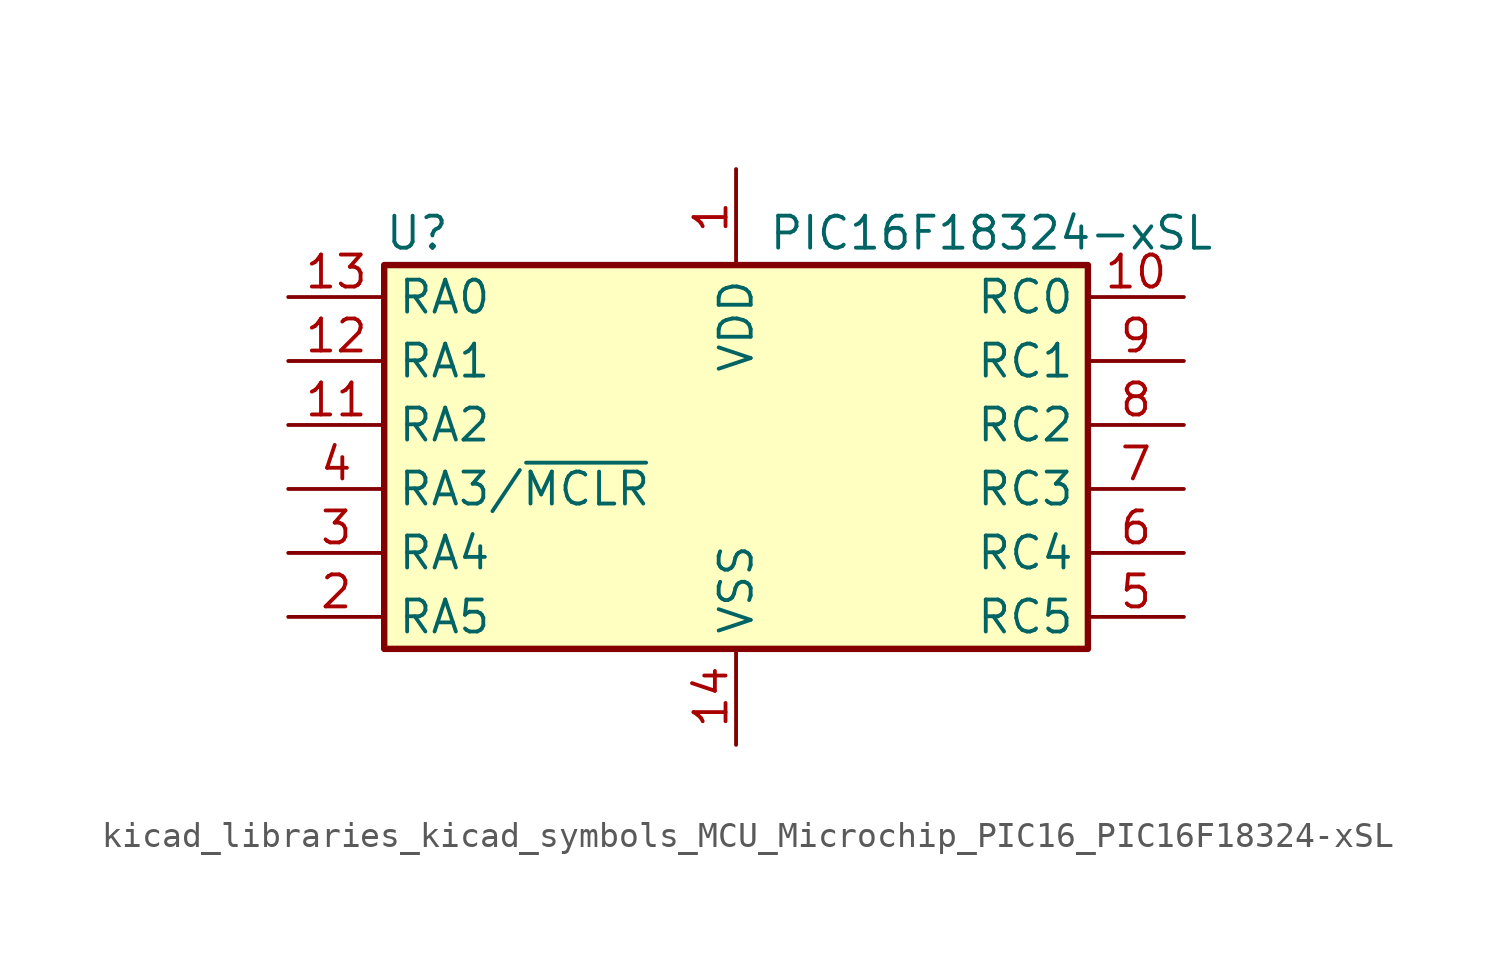
<source format=kicad_sym>
(kicad_symbol_lib
  (version 20220914)
  (generator kicad_symbol_editor)
  (symbol "kicad_libraries_kicad_symbols_MCU_Microchip_PIC16_PIC16F18324-xSL"
    (property "Reference" "U"
      (at -13.97 10.16 0)
      (effects (font (size 1.27 1.27)) (justify left)))
    (property "Value" "PIC16F18324-xSL"
      (at 1.27 10.16 0)
      (effects (font (size 1.27 1.27)) (justify left)))
    (symbol "kicad_libraries_kicad_symbols_MCU_Microchip_PIC16_PIC16F18324-xSL_1_1"
      (rectangle (start -13.97 8.89) (end 13.97 -6.35) (stroke (width 0.254) (type default)) (fill (type background)))
      (pin power_in line (at 0 12.7 270) (length 3.81) (name "VDD" (effects (font (size 1.27 1.27)))) (number "1" (effects (font (size 1.27 1.27)))))
      (pin bidirectional line (at 17.78 7.62 180) (length 3.81) (name "RC0" (effects (font (size 1.27 1.27)))) (number "10" (effects (font (size 1.27 1.27)))))
      (pin bidirectional line (at -17.78 2.54 0) (length 3.81) (name "RA2" (effects (font (size 1.27 1.27)))) (number "11" (effects (font (size 1.27 1.27)))))
      (pin bidirectional line (at -17.78 5.08 0) (length 3.81) (name "RA1" (effects (font (size 1.27 1.27)))) (number "12" (effects (font (size 1.27 1.27)))))
      (pin bidirectional line (at -17.78 7.62 0) (length 3.81) (name "RA0" (effects (font (size 1.27 1.27)))) (number "13" (effects (font (size 1.27 1.27)))))
      (pin power_in line (at 0 -10.16 90) (length 3.81) (name "VSS" (effects (font (size 1.27 1.27)))) (number "14" (effects (font (size 1.27 1.27)))))
      (pin bidirectional line (at -17.78 -5.08 0) (length 3.81) (name "RA5" (effects (font (size 1.27 1.27)))) (number "2" (effects (font (size 1.27 1.27)))))
      (pin bidirectional line (at -17.78 -2.54 0) (length 3.81) (name "RA4" (effects (font (size 1.27 1.27)))) (number "3" (effects (font (size 1.27 1.27)))))
      (pin bidirectional line (at -17.78 0 0) (length 3.81) (name "RA3/~{MCLR}" (effects (font (size 1.27 1.27)))) (number "4" (effects (font (size 1.27 1.27)))))
      (pin bidirectional line (at 17.78 -5.08 180) (length 3.81) (name "RC5" (effects (font (size 1.27 1.27)))) (number "5" (effects (font (size 1.27 1.27)))))
      (pin bidirectional line (at 17.78 -2.54 180) (length 3.81) (name "RC4" (effects (font (size 1.27 1.27)))) (number "6" (effects (font (size 1.27 1.27)))))
      (pin bidirectional line (at 17.78 0 180) (length 3.81) (name "RC3" (effects (font (size 1.27 1.27)))) (number "7" (effects (font (size 1.27 1.27)))))
      (pin bidirectional line (at 17.78 2.54 180) (length 3.81) (name "RC2" (effects (font (size 1.27 1.27)))) (number "8" (effects (font (size 1.27 1.27)))))
      (pin bidirectional line (at 17.78 5.08 180) (length 3.81) (name "RC1" (effects (font (size 1.27 1.27)))) (number "9" (effects (font (size 1.27 1.27))))))))
</source>
